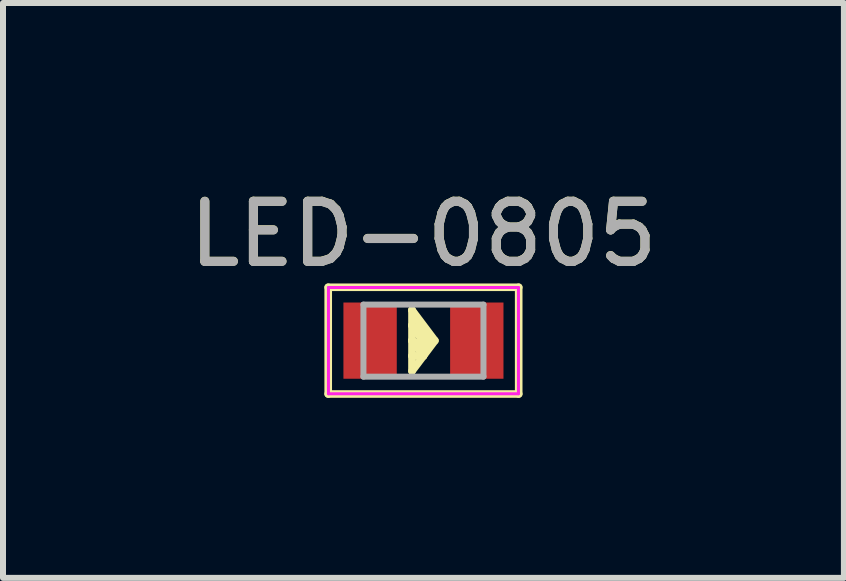
<source format=kicad_pcb>
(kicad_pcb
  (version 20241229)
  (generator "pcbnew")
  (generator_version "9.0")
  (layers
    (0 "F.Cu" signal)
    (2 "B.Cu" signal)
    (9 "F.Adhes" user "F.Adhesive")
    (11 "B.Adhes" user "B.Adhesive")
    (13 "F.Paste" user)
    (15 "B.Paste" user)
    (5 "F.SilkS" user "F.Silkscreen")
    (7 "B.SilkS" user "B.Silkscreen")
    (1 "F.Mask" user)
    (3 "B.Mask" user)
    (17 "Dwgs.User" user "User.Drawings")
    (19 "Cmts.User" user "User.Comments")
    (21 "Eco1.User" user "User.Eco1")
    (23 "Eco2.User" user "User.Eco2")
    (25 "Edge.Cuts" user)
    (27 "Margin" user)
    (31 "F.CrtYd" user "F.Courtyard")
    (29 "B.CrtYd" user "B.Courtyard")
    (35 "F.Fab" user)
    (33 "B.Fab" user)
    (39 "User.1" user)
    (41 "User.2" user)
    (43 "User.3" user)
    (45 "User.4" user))
  (footprint "LED-0805"
    (layer "F.Cu")
    (at 4.006 2.626)
    (property "Reference" "LED-0805" (at 0 -1.778 0) (layer "F.SilkS") (effects (font (size 1 1) (thickness 0.15))))
    (attr smd)
    (fp_line (start -1.587 -0.889) (end 1.587 -0.889) (stroke (width 0.066) (type solid)) (layer "F.SilkS"))
    (fp_line (start -1.587 -0.889) (end 1.587 -0.889) (stroke (width 0.127) (type solid)) (layer "F.SilkS"))
    (fp_line (start -1.587 0.889) (end -1.587 -0.889) (stroke (width 0.066) (type solid)) (layer "F.SilkS"))
    (fp_line (start -1.587 0.889) (end -1.587 -0.889) (stroke (width 0.127) (type solid)) (layer "F.SilkS"))
    (fp_line (start -1.587 0.889) (end 1.587 0.889) (stroke (width 0.066) (type solid)) (layer "F.SilkS"))
    (fp_line (start -0.191 -0.508) (end -0.191 -0.254) (stroke (width 0.127) (type solid)) (layer "F.SilkS"))
    (fp_line (start -0.191 -0.508) (end 0.127 0.064) (stroke (width 0.127) (type solid)) (layer "F.SilkS"))
    (fp_line (start -0.191 -0.254) (end -0.191 0) (stroke (width 0.127) (type solid)) (layer "F.SilkS"))
    (fp_line (start -0.191 -0.254) (end 0.064 0.127) (stroke (width 0.127) (type solid)) (layer "F.SilkS"))
    (fp_line (start -0.191 0) (end -0.191 0.254) (stroke (width 0.127) (type solid)) (layer "F.SilkS"))
    (fp_line (start -0.191 0) (end 0 0.254) (stroke (width 0.127) (type solid)) (layer "F.SilkS"))
    (fp_line (start -0.191 0.254) (end -0.191 0.508) (stroke (width 0.127) (type solid)) (layer "F.SilkS"))
    (fp_line (start -0.191 0.508) (end 0 0.254) (stroke (width 0.127) (type solid)) (layer "F.SilkS"))
    (fp_line (start 0 0.254) (end -0.191 0.254) (stroke (width 0.127) (type solid)) (layer "F.SilkS"))
    (fp_line (start 0 0.254) (end 0.191 0) (stroke (width 0.127) (type solid)) (layer "F.SilkS"))
    (fp_line (start 0.064 0.127) (end -0.191 0) (stroke (width 0.127) (type solid)) (layer "F.SilkS"))
    (fp_line (start 0.127 0.064) (end -0.191 -0.254) (stroke (width 0.127) (type solid)) (layer "F.SilkS"))
    (fp_line (start 0.191 0) (end -0.191 -0.508) (stroke (width 0.127) (type solid)) (layer "F.SilkS"))
    (fp_line (start 1.587 -0.889) (end 1.587 0.889) (stroke (width 0.127) (type solid)) (layer "F.SilkS"))
    (fp_line (start 1.587 0.889) (end -1.587 0.889) (stroke (width 0.127) (type solid)) (layer "F.SilkS"))
    (fp_line (start 1.587 0.889) (end 1.587 -0.889) (stroke (width 0.066) (type solid)) (layer "F.SilkS"))
    (fp_line (start -1.583 -0.885) (end 1.583 -0.885) (stroke (width 0.05) (type solid)) (layer "F.CrtYd"))
    (fp_line (start -1.583 0.885) (end -1.583 -0.885) (stroke (width 0.05) (type solid)) (layer "F.CrtYd"))
    (fp_line (start 1.583 -0.885) (end 1.583 0.885) (stroke (width 0.05) (type solid)) (layer "F.CrtYd"))
    (fp_line (start 1.583 0.885) (end -1.583 0.885) (stroke (width 0.05) (type solid)) (layer "F.CrtYd"))
    (fp_line (start -1 -0.6) (end 1 -0.6) (stroke (width 0.1) (type solid)) (layer "F.Fab"))
    (fp_line (start -1 0.6) (end -1 -0.6) (stroke (width 0.1) (type solid)) (layer "F.Fab"))
    (fp_line (start 1 -0.6) (end 1 0.6) (stroke (width 0.1) (type solid)) (layer "F.Fab"))
    (fp_line (start 1 0.6) (end -1 0.6) (stroke (width 0.1) (type solid)) (layer "F.Fab"))
    (fp_text user "${REFERENCE}" (at 0 -1.775 0) (layer "F.Fab") (effects (font (size 1 1) (thickness 0.15))))
    (pad "1" smd rect (at 0.889 0) (size 0.889 1.27) (layers "F.Cu" "F.Mask" "F.Paste"))
    (pad "2" smd rect (at -0.889 0) (size 0.889 1.27) (layers "F.Cu" "F.Mask" "F.Paste")))
  (gr_rect
    (start -3 -3)
    (end 11.012 6.579)
    (stroke (width 0.1) (type default))
    (fill no)
    (layer "Edge.Cuts")))
</source>
